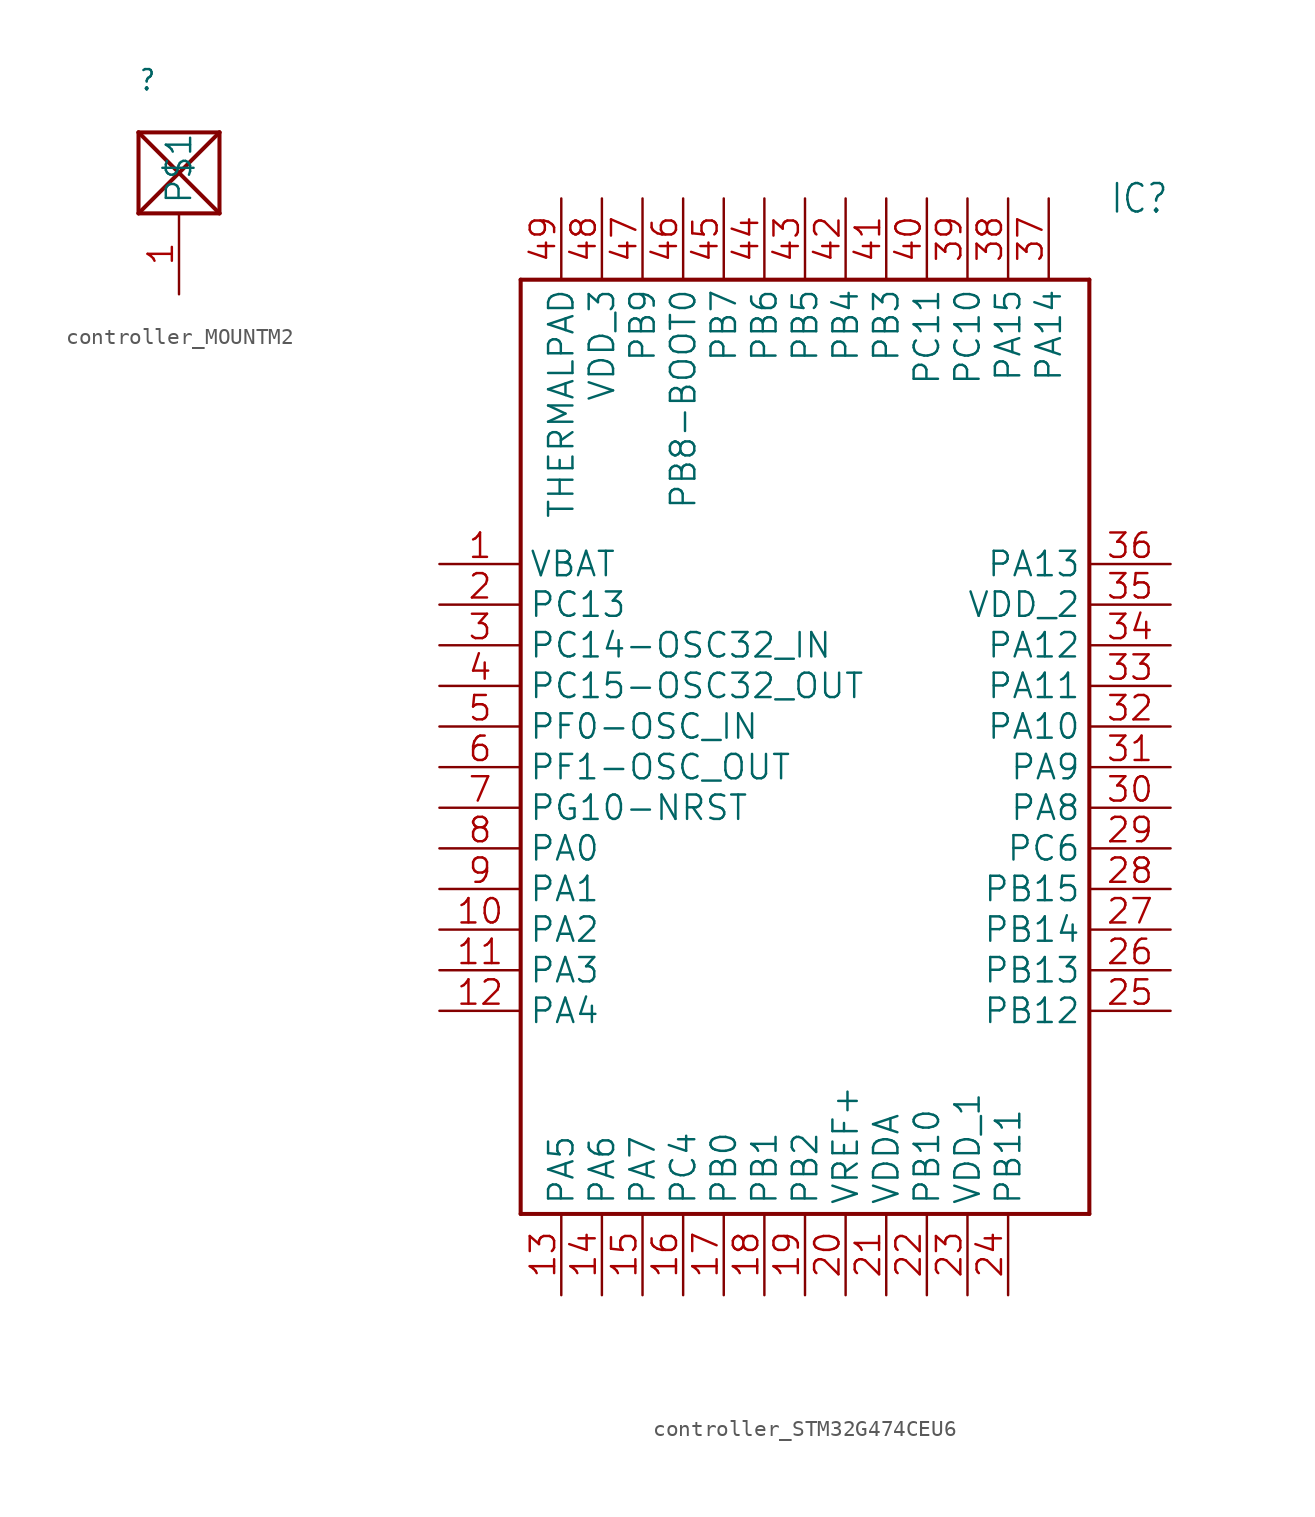
<source format=kicad_sym>
(kicad_symbol_lib
  (version 20241209)
  (generator "kicad_symbol_editor")
  (generator_version "9.0")
  (symbol "controller_MOUNTM2"
    (property "Reference" ""
      (at -2.54 5.08 0)
      (effects (font (size 1.27 1.079)) (justify left bottom)))
    (property "ki_locked" ""
      (at 0 0 0)
      (effects (font (size 1.27 1.27))))
    (symbol "controller_MOUNTM2_1_0"
      (polyline (pts (xy -2.54 2.54) (xy 2.54 2.54)) (stroke (width 0.254) (type solid)) (fill (type none)))
      (polyline (pts (xy -2.54 2.54) (xy 2.54 -2.54)) (stroke (width 0.254) (type solid)) (fill (type none)))
      (polyline (pts (xy -2.54 -2.54) (xy -2.54 2.54)) (stroke (width 0.254) (type solid)) (fill (type none)))
      (polyline (pts (xy 2.54 2.54) (xy -2.54 -2.54)) (stroke (width 0.254) (type solid)) (fill (type none)))
      (polyline (pts (xy 2.54 -2.54) (xy -2.54 -2.54)) (stroke (width 0.254) (type solid)) (fill (type none)))
      (polyline (pts (xy 2.54 -2.54) (xy 2.54 2.54)) (stroke (width 0.254) (type solid)) (fill (type none)))
      (pin bidirectional line (at 0 -7.62 90) (length 5.08) (name "P$1" (effects (font (size 1.524 1.524)))) (number "1" (effects (font (size 1.524 1.524)))))))
  (symbol "controller_STM32G474CEU6"
    (property "Reference" "IC"
      (at 41.91 22.86 0)
      (effects (font (size 1.778 1.511)) (justify left)))
    (property "Value" ""
      (at 41.91 20.32 0)
      (effects (font (size 1.778 1.511)) (justify left)))
    (property "ki_locked" ""
      (at 0 0 0)
      (effects (font (size 1.27 1.27))))
    (symbol "controller_STM32G474CEU6_1_0"
      (polyline (pts (xy 5.08 17.78) (xy 5.08 -40.64)) (stroke (width 0.254) (type solid)) (fill (type none)))
      (polyline (pts (xy 5.08 17.78) (xy 40.64 17.78)) (stroke (width 0.254) (type solid)) (fill (type none)))
      (polyline (pts (xy 40.64 -40.64) (xy 5.08 -40.64)) (stroke (width 0.254) (type solid)) (fill (type none)))
      (polyline (pts (xy 40.64 -40.64) (xy 40.64 17.78)) (stroke (width 0.254) (type solid)) (fill (type none)))
      (pin bidirectional line (at 0 0 0) (length 5.08) (name "VBAT" (effects (font (size 1.524 1.524)))) (number "1" (effects (font (size 1.524 1.524)))))
      (pin bidirectional line (at 0 -2.54 0) (length 5.08) (name "PC13" (effects (font (size 1.524 1.524)))) (number "2" (effects (font (size 1.524 1.524)))))
      (pin bidirectional line (at 0 -5.08 0) (length 5.08) (name "PC14-OSC32_IN" (effects (font (size 1.524 1.524)))) (number "3" (effects (font (size 1.524 1.524)))))
      (pin bidirectional line (at 0 -7.62 0) (length 5.08) (name "PC15-OSC32_OUT" (effects (font (size 1.524 1.524)))) (number "4" (effects (font (size 1.524 1.524)))))
      (pin bidirectional line (at 0 -10.16 0) (length 5.08) (name "PF0-OSC_IN" (effects (font (size 1.524 1.524)))) (number "5" (effects (font (size 1.524 1.524)))))
      (pin bidirectional line (at 0 -12.7 0) (length 5.08) (name "PF1-OSC_OUT" (effects (font (size 1.524 1.524)))) (number "6" (effects (font (size 1.524 1.524)))))
      (pin bidirectional line (at 0 -15.24 0) (length 5.08) (name "PG10-NRST" (effects (font (size 1.524 1.524)))) (number "7" (effects (font (size 1.524 1.524)))))
      (pin bidirectional line (at 0 -17.78 0) (length 5.08) (name "PA0" (effects (font (size 1.524 1.524)))) (number "8" (effects (font (size 1.524 1.524)))))
      (pin bidirectional line (at 0 -20.32 0) (length 5.08) (name "PA1" (effects (font (size 1.524 1.524)))) (number "9" (effects (font (size 1.524 1.524)))))
      (pin bidirectional line (at 0 -22.86 0) (length 5.08) (name "PA2" (effects (font (size 1.524 1.524)))) (number "10" (effects (font (size 1.524 1.524)))))
      (pin bidirectional line (at 0 -25.4 0) (length 5.08) (name "PA3" (effects (font (size 1.524 1.524)))) (number "11" (effects (font (size 1.524 1.524)))))
      (pin bidirectional line (at 0 -27.94 0) (length 5.08) (name "PA4" (effects (font (size 1.524 1.524)))) (number "12" (effects (font (size 1.524 1.524)))))
      (pin bidirectional line (at 7.62 22.86 270) (length 5.08) (name "THERMALPAD" (effects (font (size 1.524 1.524)))) (number "49" (effects (font (size 1.524 1.524)))))
      (pin bidirectional line (at 7.62 -45.72 90) (length 5.08) (name "PA5" (effects (font (size 1.524 1.524)))) (number "13" (effects (font (size 1.524 1.524)))))
      (pin bidirectional line (at 10.16 22.86 270) (length 5.08) (name "VDD_3" (effects (font (size 1.524 1.524)))) (number "48" (effects (font (size 1.524 1.524)))))
      (pin bidirectional line (at 10.16 -45.72 90) (length 5.08) (name "PA6" (effects (font (size 1.524 1.524)))) (number "14" (effects (font (size 1.524 1.524)))))
      (pin bidirectional line (at 12.7 22.86 270) (length 5.08) (name "PB9" (effects (font (size 1.524 1.524)))) (number "47" (effects (font (size 1.524 1.524)))))
      (pin bidirectional line (at 12.7 -45.72 90) (length 5.08) (name "PA7" (effects (font (size 1.524 1.524)))) (number "15" (effects (font (size 1.524 1.524)))))
      (pin bidirectional line (at 15.24 22.86 270) (length 5.08) (name "PB8-BOOT0" (effects (font (size 1.524 1.524)))) (number "46" (effects (font (size 1.524 1.524)))))
      (pin bidirectional line (at 15.24 -45.72 90) (length 5.08) (name "PC4" (effects (font (size 1.524 1.524)))) (number "16" (effects (font (size 1.524 1.524)))))
      (pin bidirectional line (at 17.78 22.86 270) (length 5.08) (name "PB7" (effects (font (size 1.524 1.524)))) (number "45" (effects (font (size 1.524 1.524)))))
      (pin bidirectional line (at 17.78 -45.72 90) (length 5.08) (name "PB0" (effects (font (size 1.524 1.524)))) (number "17" (effects (font (size 1.524 1.524)))))
      (pin bidirectional line (at 20.32 22.86 270) (length 5.08) (name "PB6" (effects (font (size 1.524 1.524)))) (number "44" (effects (font (size 1.524 1.524)))))
      (pin bidirectional line (at 20.32 -45.72 90) (length 5.08) (name "PB1" (effects (font (size 1.524 1.524)))) (number "18" (effects (font (size 1.524 1.524)))))
      (pin bidirectional line (at 22.86 22.86 270) (length 5.08) (name "PB5" (effects (font (size 1.524 1.524)))) (number "43" (effects (font (size 1.524 1.524)))))
      (pin bidirectional line (at 22.86 -45.72 90) (length 5.08) (name "PB2" (effects (font (size 1.524 1.524)))) (number "19" (effects (font (size 1.524 1.524)))))
      (pin bidirectional line (at 25.4 22.86 270) (length 5.08) (name "PB4" (effects (font (size 1.524 1.524)))) (number "42" (effects (font (size 1.524 1.524)))))
      (pin bidirectional line (at 25.4 -45.72 90) (length 5.08) (name "VREF+" (effects (font (size 1.524 1.524)))) (number "20" (effects (font (size 1.524 1.524)))))
      (pin bidirectional line (at 27.94 22.86 270) (length 5.08) (name "PB3" (effects (font (size 1.524 1.524)))) (number "41" (effects (font (size 1.524 1.524)))))
      (pin bidirectional line (at 27.94 -45.72 90) (length 5.08) (name "VDDA" (effects (font (size 1.524 1.524)))) (number "21" (effects (font (size 1.524 1.524)))))
      (pin bidirectional line (at 30.48 22.86 270) (length 5.08) (name "PC11" (effects (font (size 1.524 1.524)))) (number "40" (effects (font (size 1.524 1.524)))))
      (pin bidirectional line (at 30.48 -45.72 90) (length 5.08) (name "PB10" (effects (font (size 1.524 1.524)))) (number "22" (effects (font (size 1.524 1.524)))))
      (pin bidirectional line (at 33.02 22.86 270) (length 5.08) (name "PC10" (effects (font (size 1.524 1.524)))) (number "39" (effects (font (size 1.524 1.524)))))
      (pin bidirectional line (at 33.02 -45.72 90) (length 5.08) (name "VDD_1" (effects (font (size 1.524 1.524)))) (number "23" (effects (font (size 1.524 1.524)))))
      (pin bidirectional line (at 35.56 22.86 270) (length 5.08) (name "PA15" (effects (font (size 1.524 1.524)))) (number "38" (effects (font (size 1.524 1.524)))))
      (pin bidirectional line (at 35.56 -45.72 90) (length 5.08) (name "PB11" (effects (font (size 1.524 1.524)))) (number "24" (effects (font (size 1.524 1.524)))))
      (pin bidirectional line (at 38.1 22.86 270) (length 5.08) (name "PA14" (effects (font (size 1.524 1.524)))) (number "37" (effects (font (size 1.524 1.524)))))
      (pin bidirectional line (at 45.72 0 180) (length 5.08) (name "PA13" (effects (font (size 1.524 1.524)))) (number "36" (effects (font (size 1.524 1.524)))))
      (pin bidirectional line (at 45.72 -2.54 180) (length 5.08) (name "VDD_2" (effects (font (size 1.524 1.524)))) (number "35" (effects (font (size 1.524 1.524)))))
      (pin bidirectional line (at 45.72 -5.08 180) (length 5.08) (name "PA12" (effects (font (size 1.524 1.524)))) (number "34" (effects (font (size 1.524 1.524)))))
      (pin bidirectional line (at 45.72 -7.62 180) (length 5.08) (name "PA11" (effects (font (size 1.524 1.524)))) (number "33" (effects (font (size 1.524 1.524)))))
      (pin bidirectional line (at 45.72 -10.16 180) (length 5.08) (name "PA10" (effects (font (size 1.524 1.524)))) (number "32" (effects (font (size 1.524 1.524)))))
      (pin bidirectional line (at 45.72 -12.7 180) (length 5.08) (name "PA9" (effects (font (size 1.524 1.524)))) (number "31" (effects (font (size 1.524 1.524)))))
      (pin bidirectional line (at 45.72 -15.24 180) (length 5.08) (name "PA8" (effects (font (size 1.524 1.524)))) (number "30" (effects (font (size 1.524 1.524)))))
      (pin bidirectional line (at 45.72 -17.78 180) (length 5.08) (name "PC6" (effects (font (size 1.524 1.524)))) (number "29" (effects (font (size 1.524 1.524)))))
      (pin bidirectional line (at 45.72 -20.32 180) (length 5.08) (name "PB15" (effects (font (size 1.524 1.524)))) (number "28" (effects (font (size 1.524 1.524)))))
      (pin bidirectional line (at 45.72 -22.86 180) (length 5.08) (name "PB14" (effects (font (size 1.524 1.524)))) (number "27" (effects (font (size 1.524 1.524)))))
      (pin bidirectional line (at 45.72 -25.4 180) (length 5.08) (name "PB13" (effects (font (size 1.524 1.524)))) (number "26" (effects (font (size 1.524 1.524)))))
      (pin bidirectional line (at 45.72 -27.94 180) (length 5.08) (name "PB12" (effects (font (size 1.524 1.524)))) (number "25" (effects (font (size 1.524 1.524))))))))
</source>
